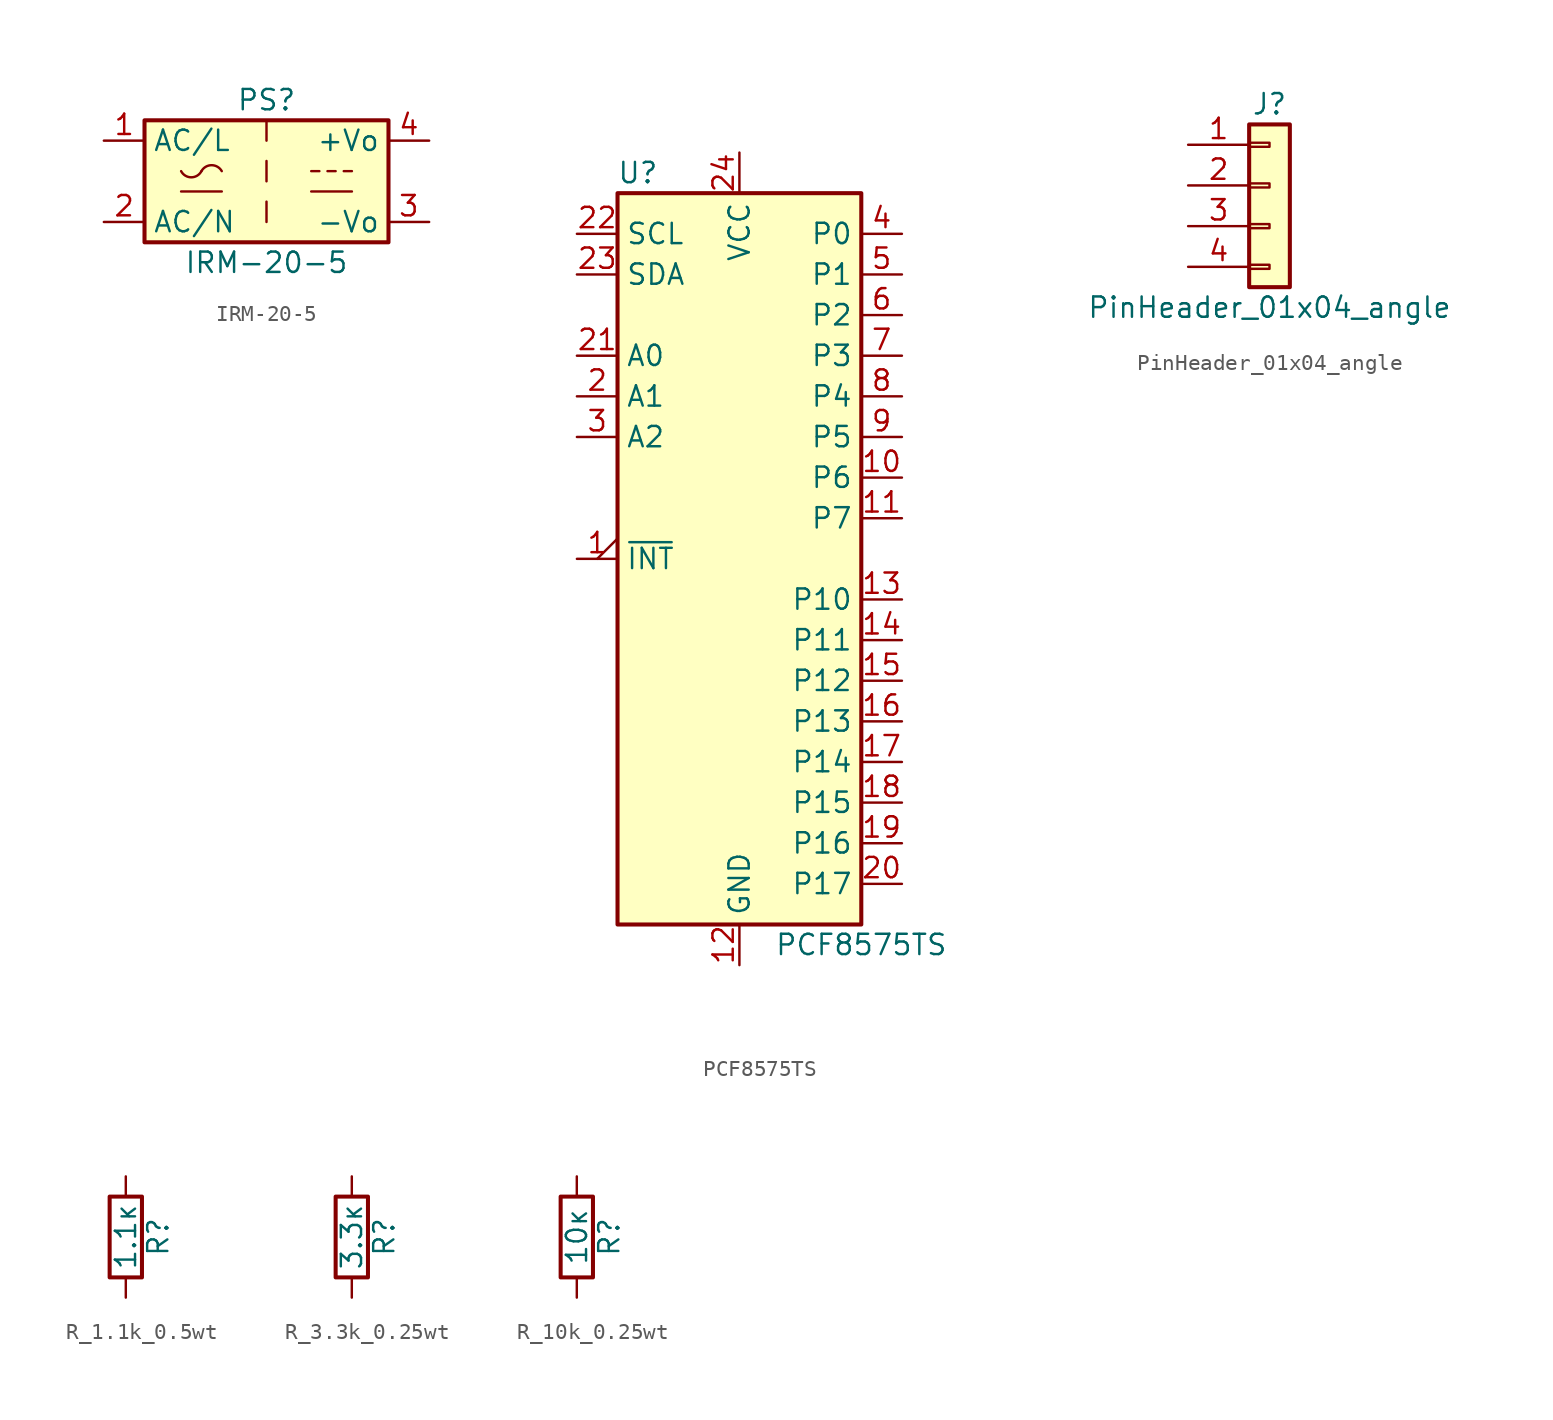
<source format=kicad_sym>
(kicad_symbol_lib
  (version 20231120)
  (generator "kicad_symbol_editor")
  (generator_version "8.0")
  (symbol "IRM-20-5"
    (property "Reference" "PS"
      (at 0 5.08 0)
      (effects (font (size 1.27 1.27))))
    (property "Value" "IRM-20-5"
      (at 0 -5.08 0)
      (effects (font (size 1.27 1.27))))
    (symbol "IRM-20-5_0_1"
      (rectangle (start -7.62 3.81) (end 7.62 -3.81) (stroke (width 0.254) (type default)) (fill (type background)))
      (arc (start -5.334 0.635) (mid -4.699 0.2495) (end -4.064 0.635) (stroke (width 0) (type default)) (fill (type none)))
      (arc (start -2.794 0.635) (mid -3.429 1.0072) (end -4.064 0.635) (stroke (width 0) (type default)) (fill (type none)))
      (polyline (pts (xy -5.334 -0.635) (xy -2.794 -0.635)) (stroke (width 0) (type default)) (fill (type none)))
      (polyline (pts (xy 0 -1.27) (xy 0 -2.54)) (stroke (width 0) (type default)) (fill (type none)))
      (polyline (pts (xy 0 1.27) (xy 0 0)) (stroke (width 0) (type default)) (fill (type none)))
      (polyline (pts (xy 0 3.81) (xy 0 2.54)) (stroke (width 0) (type default)) (fill (type none)))
      (polyline (pts (xy 2.794 -0.635) (xy 5.334 -0.635)) (stroke (width 0) (type default)) (fill (type none)))
      (polyline (pts (xy 2.794 0.635) (xy 3.302 0.635)) (stroke (width 0) (type default)) (fill (type none)))
      (polyline (pts (xy 3.81 0.635) (xy 4.318 0.635)) (stroke (width 0) (type default)) (fill (type none)))
      (polyline (pts (xy 4.826 0.635) (xy 5.334 0.635)) (stroke (width 0) (type default)) (fill (type none))))
    (symbol "IRM-20-5_1_1"
      (pin power_in line (at -10.16 2.54 0) (length 2.54) (name "AC/L" (effects (font (size 1.27 1.27)))) (number "1" (effects (font (size 1.27 1.27)))))
      (pin power_in line (at -10.16 -2.54 0) (length 2.54) (name "AC/N" (effects (font (size 1.27 1.27)))) (number "2" (effects (font (size 1.27 1.27)))))
      (pin power_out line (at 10.16 -2.54 180) (length 2.54) (name "-Vo" (effects (font (size 1.27 1.27)))) (number "3" (effects (font (size 1.27 1.27)))))
      (pin power_out line (at 10.16 2.54 180) (length 2.54) (name "+Vo" (effects (font (size 1.27 1.27)))) (number "4" (effects (font (size 1.27 1.27)))))))
  (symbol "PCF8575TS"
    (property "Reference" "U"
      (at -6.35 24.13 0)
      (effects (font (size 1.27 1.27))))
    (property "Value" "PCF8575TS"
      (at 7.62 -24.13 0)
      (effects (font (size 1.27 1.27))))
    (symbol "PCF8575TS_0_1"
      (rectangle (start -7.62 22.86) (end 7.62 -22.86) (stroke (width 0.254) (type default)) (fill (type background))))
    (symbol "PCF8575TS_1_1"
      (pin open_collector output_low (at -10.16 0 0) (length 2.54) (name "~{INT}" (effects (font (size 1.27 1.27)))) (number "1" (effects (font (size 1.27 1.27)))))
      (pin bidirectional line (at 10.16 5.08 180) (length 2.54) (name "P6" (effects (font (size 1.27 1.27)))) (number "10" (effects (font (size 1.27 1.27)))))
      (pin bidirectional line (at 10.16 2.54 180) (length 2.54) (name "P7" (effects (font (size 1.27 1.27)))) (number "11" (effects (font (size 1.27 1.27)))))
      (pin power_in line (at 0 -25.4 90) (length 2.54) (name "GND" (effects (font (size 1.27 1.27)))) (number "12" (effects (font (size 1.27 1.27)))))
      (pin bidirectional line (at 10.16 -2.54 180) (length 2.54) (name "P10" (effects (font (size 1.27 1.27)))) (number "13" (effects (font (size 1.27 1.27)))))
      (pin bidirectional line (at 10.16 -5.08 180) (length 2.54) (name "P11" (effects (font (size 1.27 1.27)))) (number "14" (effects (font (size 1.27 1.27)))))
      (pin bidirectional line (at 10.16 -7.62 180) (length 2.54) (name "P12" (effects (font (size 1.27 1.27)))) (number "15" (effects (font (size 1.27 1.27)))))
      (pin bidirectional line (at 10.16 -10.16 180) (length 2.54) (name "P13" (effects (font (size 1.27 1.27)))) (number "16" (effects (font (size 1.27 1.27)))))
      (pin bidirectional line (at 10.16 -12.7 180) (length 2.54) (name "P14" (effects (font (size 1.27 1.27)))) (number "17" (effects (font (size 1.27 1.27)))))
      (pin bidirectional line (at 10.16 -15.24 180) (length 2.54) (name "P15" (effects (font (size 1.27 1.27)))) (number "18" (effects (font (size 1.27 1.27)))))
      (pin bidirectional line (at 10.16 -17.78 180) (length 2.54) (name "P16" (effects (font (size 1.27 1.27)))) (number "19" (effects (font (size 1.27 1.27)))))
      (pin input line (at -10.16 10.16 0) (length 2.54) (name "A1" (effects (font (size 1.27 1.27)))) (number "2" (effects (font (size 1.27 1.27)))))
      (pin bidirectional line (at 10.16 -20.32 180) (length 2.54) (name "P17" (effects (font (size 1.27 1.27)))) (number "20" (effects (font (size 1.27 1.27)))))
      (pin input line (at -10.16 12.7 0) (length 2.54) (name "A0" (effects (font (size 1.27 1.27)))) (number "21" (effects (font (size 1.27 1.27)))))
      (pin input line (at -10.16 20.32 0) (length 2.54) (name "SCL" (effects (font (size 1.27 1.27)))) (number "22" (effects (font (size 1.27 1.27)))))
      (pin bidirectional line (at -10.16 17.78 0) (length 2.54) (name "SDA" (effects (font (size 1.27 1.27)))) (number "23" (effects (font (size 1.27 1.27)))))
      (pin power_in line (at 0 25.4 270) (length 2.54) (name "VCC" (effects (font (size 1.27 1.27)))) (number "24" (effects (font (size 1.27 1.27)))))
      (pin input line (at -10.16 7.62 0) (length 2.54) (name "A2" (effects (font (size 1.27 1.27)))) (number "3" (effects (font (size 1.27 1.27)))))
      (pin bidirectional line (at 10.16 20.32 180) (length 2.54) (name "P0" (effects (font (size 1.27 1.27)))) (number "4" (effects (font (size 1.27 1.27)))))
      (pin bidirectional line (at 10.16 17.78 180) (length 2.54) (name "P1" (effects (font (size 1.27 1.27)))) (number "5" (effects (font (size 1.27 1.27)))))
      (pin bidirectional line (at 10.16 15.24 180) (length 2.54) (name "P2" (effects (font (size 1.27 1.27)))) (number "6" (effects (font (size 1.27 1.27)))))
      (pin bidirectional line (at 10.16 12.7 180) (length 2.54) (name "P3" (effects (font (size 1.27 1.27)))) (number "7" (effects (font (size 1.27 1.27)))))
      (pin bidirectional line (at 10.16 10.16 180) (length 2.54) (name "P4" (effects (font (size 1.27 1.27)))) (number "8" (effects (font (size 1.27 1.27)))))
      (pin bidirectional line (at 10.16 7.62 180) (length 2.54) (name "P5" (effects (font (size 1.27 1.27)))) (number "9" (effects (font (size 1.27 1.27)))))))
  (symbol "PinHeader_01x04_angle"
    (pin_names
      (offset 1.016) hide)
    (property "Reference" "J"
      (at 0 5.08 0)
      (effects (font (size 1.27 1.27))))
    (property "Value" "PinHeader_01x04_angle"
      (at 0 -7.62 0)
      (effects (font (size 1.27 1.27))))
    (symbol "PinHeader_01x04_angle_1_1"
      (rectangle (start -1.27 -4.953) (end 0 -5.207) (stroke (width 0.152) (type default)) (fill (type none)))
      (rectangle (start -1.27 -2.413) (end 0 -2.667) (stroke (width 0.152) (type default)) (fill (type none)))
      (rectangle (start -1.27 0.127) (end 0 -0.127) (stroke (width 0.152) (type default)) (fill (type none)))
      (rectangle (start -1.27 2.667) (end 0 2.413) (stroke (width 0.152) (type default)) (fill (type none)))
      (rectangle (start -1.27 3.81) (end 1.27 -6.35) (stroke (width 0.254) (type default)) (fill (type background)))
      (pin passive line (at -5.08 2.54 0) (length 3.81) (name "Pin_1" (effects (font (size 1.27 1.27)))) (number "1" (effects (font (size 1.27 1.27)))))
      (pin passive line (at -5.08 0 0) (length 3.81) (name "Pin_2" (effects (font (size 1.27 1.27)))) (number "2" (effects (font (size 1.27 1.27)))))
      (pin passive line (at -5.08 -2.54 0) (length 3.81) (name "Pin_3" (effects (font (size 1.27 1.27)))) (number "3" (effects (font (size 1.27 1.27)))))
      (pin passive line (at -5.08 -5.08 0) (length 3.81) (name "Pin_4" (effects (font (size 1.27 1.27)))) (number "4" (effects (font (size 1.27 1.27)))))))
  (symbol "R_1.1k_0.5wt"
    (pin_numbers hide)
    (pin_names
      (offset 0))
    (property "Reference" "R"
      (at 2.032 0 90)
      (effects (font (size 1.27 1.27))))
    (property "Value" "1.1к"
      (at 0 0 90)
      (effects (font (size 1.27 1.27))))
    (symbol "R_1.1k_0.5wt_0_1"
      (rectangle (start -1.016 -2.54) (end 1.016 2.54) (stroke (width 0.254) (type default)) (fill (type none))))
    (symbol "R_1.1k_0.5wt_1_1"
      (pin passive line (at 0 3.81 270) (length 1.27) (name "~" (effects (font (size 1.27 1.27)))) (number "1" (effects (font (size 1.27 1.27)))))
      (pin passive line (at 0 -3.81 90) (length 1.27) (name "~" (effects (font (size 1.27 1.27)))) (number "2" (effects (font (size 1.27 1.27)))))))
  (symbol "R_3.3k_0.25wt"
    (pin_numbers hide)
    (pin_names
      (offset 0))
    (property "Reference" "R"
      (at 2.032 0 90)
      (effects (font (size 1.27 1.27))))
    (property "Value" "3.3к"
      (at 0 0 90)
      (effects (font (size 1.27 1.27))))
    (symbol "R_3.3k_0.25wt_0_1"
      (rectangle (start -1.016 -2.54) (end 1.016 2.54) (stroke (width 0.254) (type default)) (fill (type none))))
    (symbol "R_3.3k_0.25wt_1_1"
      (pin passive line (at 0 3.81 270) (length 1.27) (name "~" (effects (font (size 1.27 1.27)))) (number "1" (effects (font (size 1.27 1.27)))))
      (pin passive line (at 0 -3.81 90) (length 1.27) (name "~" (effects (font (size 1.27 1.27)))) (number "2" (effects (font (size 1.27 1.27)))))))
  (symbol "R_10k_0.25wt"
    (pin_numbers hide)
    (pin_names
      (offset 0))
    (property "Reference" "R"
      (at 2.032 0 90)
      (effects (font (size 1.27 1.27))))
    (property "Value" "10к"
      (at 0 0 90)
      (effects (font (size 1.27 1.27))))
    (symbol "R_10k_0.25wt_0_1"
      (rectangle (start -1.016 -2.54) (end 1.016 2.54) (stroke (width 0.254) (type default)) (fill (type none))))
    (symbol "R_10k_0.25wt_1_1"
      (pin passive line (at 0 3.81 270) (length 1.27) (name "~" (effects (font (size 1.27 1.27)))) (number "1" (effects (font (size 1.27 1.27)))))
      (pin passive line (at 0 -3.81 90) (length 1.27) (name "~" (effects (font (size 1.27 1.27)))) (number "2" (effects (font (size 1.27 1.27))))))))
</source>
